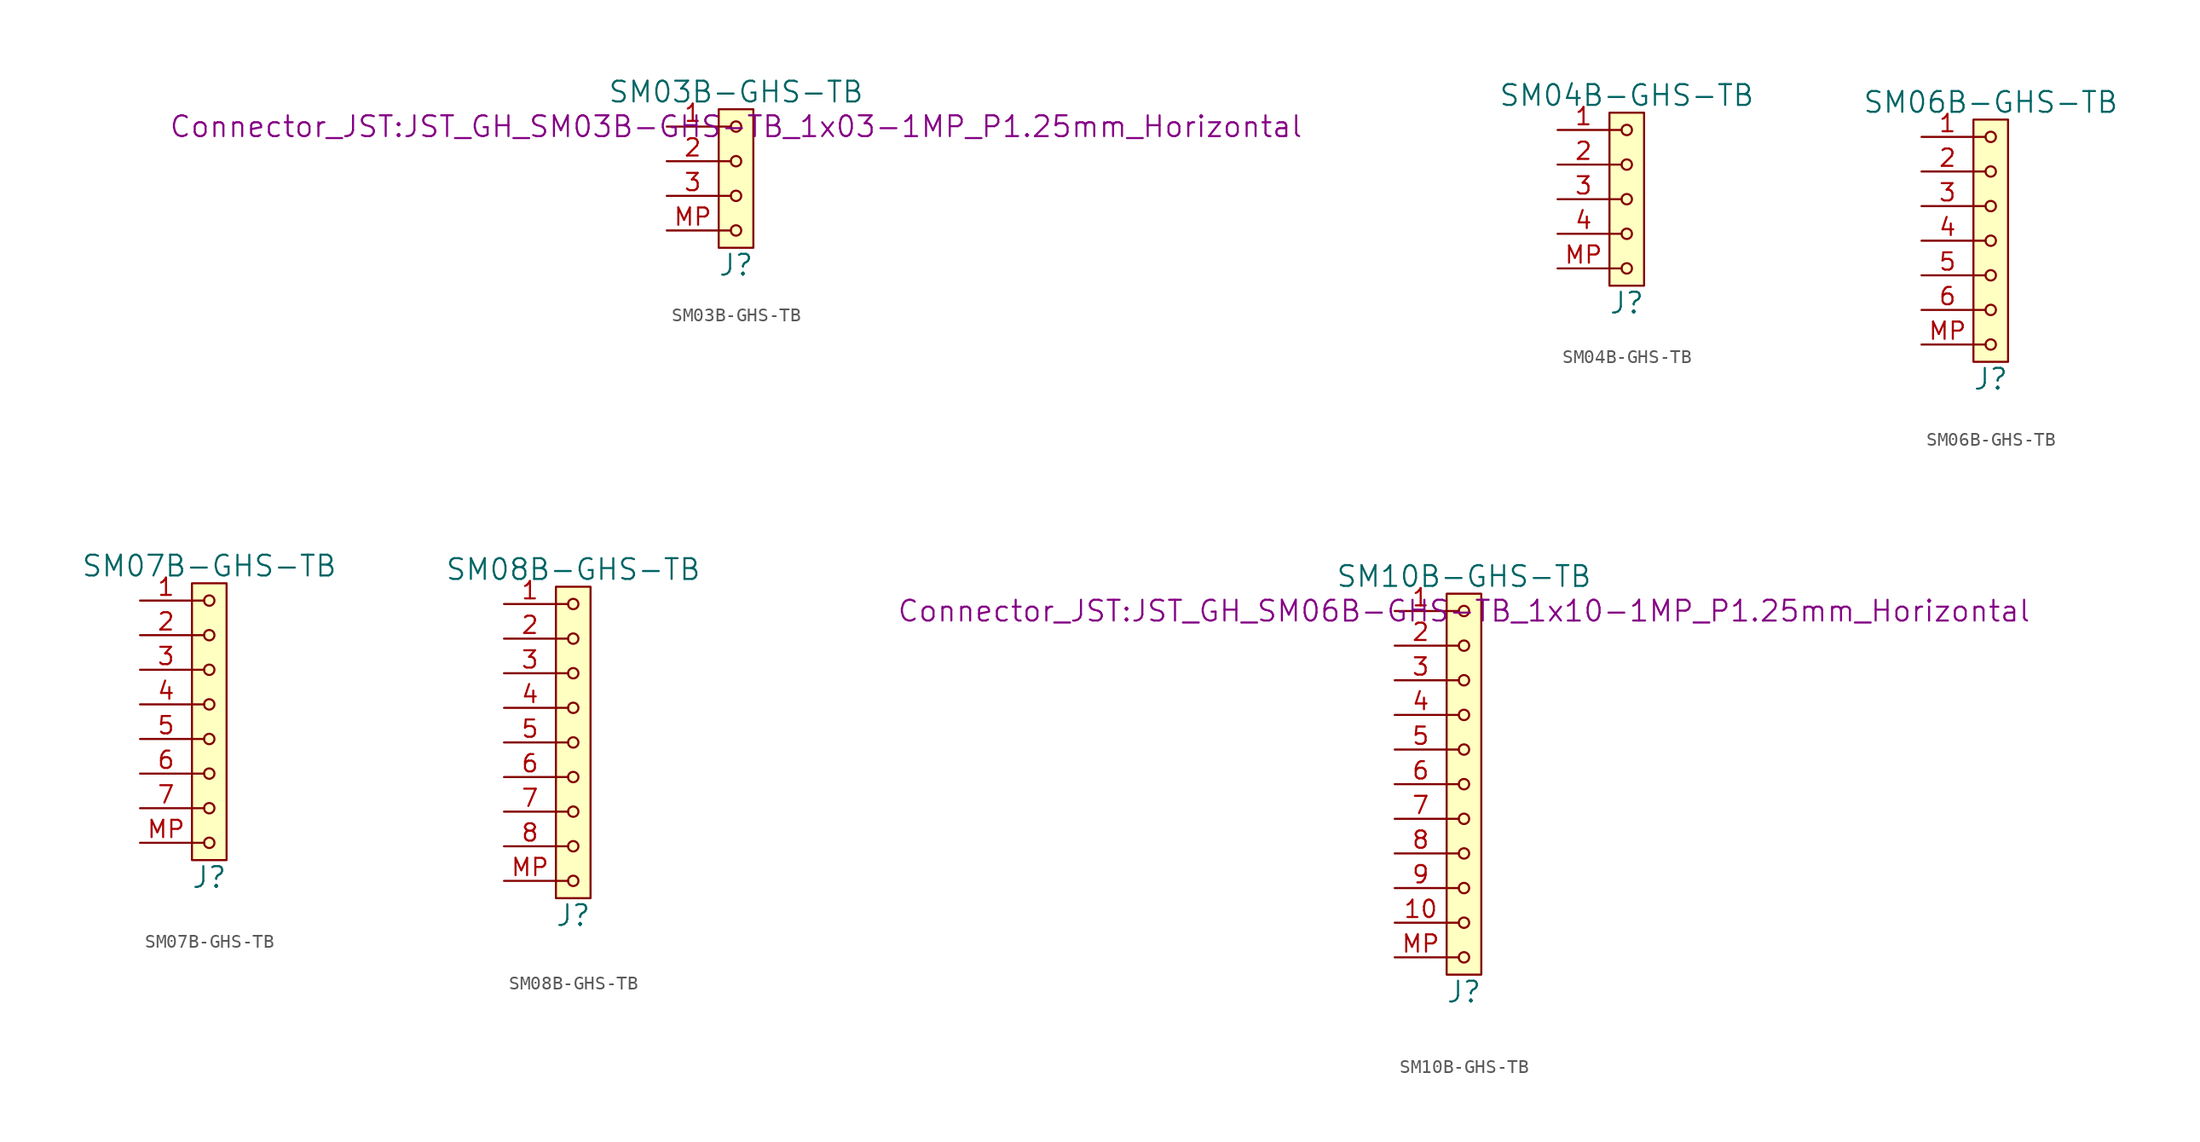
<source format=kicad_sym>
(kicad_symbol_lib
  (version 20201005)
  (generator kicad_symbol_editor)
  (symbol "MLAB_CONNECTORS_JST:SM03B-GHS-TB"
    (pin_names
      (offset 1.016))
    (property "Reference" "J"
      (at 0 -6.35 0)
      (effects (font (size 1.524 1.524))))
    (property "Value" "SM03B-GHS-TB"
      (at 0 6.35 0)
      (effects (font (size 1.524 1.524))))
    (property "Footprint" "Connector_JST:JST_GH_SM03B-GHS-TB_1x03-1MP_P1.25mm_Horizontal"
      (at 0 3.81 0)
      (effects (font (size 1.524 1.524))))
    (property "Datasheet" ""
      (at 0 3.81 0)
      (effects (font (size 1.524 1.524))))
    (symbol "SM03B-GHS-TB_0_1"
      (circle (center 0 -3.81) (radius 0.381) (stroke (width 0)) (fill (type none)))
      (circle (center 0 -1.27) (radius 0.381) (stroke (width 0)) (fill (type none)))
      (circle (center 0 1.27) (radius 0.381) (stroke (width 0)) (fill (type none)))
      (circle (center 0 3.81) (radius 0.381) (stroke (width 0)) (fill (type none)))
      (rectangle (start -1.27 5.08) (end 1.27 -5.08) (stroke (width 0)) (fill (type background)))
      (polyline (pts (xy -1.27 -3.81) (xy -0.381 -3.81)) (stroke (width 0)) (fill (type none)))
      (polyline (pts (xy -1.27 -1.27) (xy -0.381 -1.27)) (stroke (width 0)) (fill (type none)))
      (polyline (pts (xy -1.27 1.27) (xy -0.381 1.27)) (stroke (width 0)) (fill (type none)))
      (polyline (pts (xy -1.27 3.81) (xy -0.381 3.81)) (stroke (width 0)) (fill (type none))))
    (symbol "SM03B-GHS-TB_1_1"
      (pin input line (at -5.08 3.81 0) (length 3.81) (name "~" (effects (font (size 1.27 1.27)))) (number "1" (effects (font (size 1.27 1.27)))))
      (pin input line (at -5.08 1.27 0) (length 3.81) (name "~" (effects (font (size 1.27 1.27)))) (number "2" (effects (font (size 1.27 1.27)))))
      (pin input line (at -5.08 -1.27 0) (length 3.81) (name "~" (effects (font (size 1.27 1.27)))) (number "3" (effects (font (size 1.27 1.27)))))
      (pin input line (at -5.08 -3.81 0) (length 3.81) (name "" (effects (font (size 1.27 1.27)))) (number "MP" (effects (font (size 1.27 1.27)))))))
  (symbol "MLAB_CONNECTORS_JST:SM04B-GHS-TB"
    (pin_names
      (offset 1.016))
    (property "Reference" "J"
      (at 0 -7.62 0)
      (effects (font (size 1.524 1.524))))
    (property "Value" "SM04B-GHS-TB"
      (at 0 7.62 0)
      (effects (font (size 1.524 1.524))))
    (property "Datasheet" ""
      (at 0 5.08 0)
      (effects (font (size 1.524 1.524))))
    (symbol "SM04B-GHS-TB_0_1"
      (circle (center 0 -5.08) (radius 0.381) (stroke (width 0)) (fill (type none)))
      (circle (center 0 -2.54) (radius 0.381) (stroke (width 0)) (fill (type none)))
      (circle (center 0 0) (radius 0.381) (stroke (width 0)) (fill (type none)))
      (circle (center 0 2.54) (radius 0.381) (stroke (width 0)) (fill (type none)))
      (circle (center 0 5.08) (radius 0.381) (stroke (width 0)) (fill (type none)))
      (rectangle (start -1.27 6.35) (end 1.27 -6.35) (stroke (width 0)) (fill (type background)))
      (polyline (pts (xy -1.27 -5.08) (xy -0.381 -5.08)) (stroke (width 0)) (fill (type none)))
      (polyline (pts (xy -1.27 -2.54) (xy -0.381 -2.54)) (stroke (width 0)) (fill (type none)))
      (polyline (pts (xy -1.27 0) (xy -0.381 0)) (stroke (width 0)) (fill (type none)))
      (polyline (pts (xy -1.27 2.54) (xy -0.381 2.54)) (stroke (width 0)) (fill (type none)))
      (polyline (pts (xy -1.27 5.08) (xy -0.381 5.08)) (stroke (width 0)) (fill (type none))))
    (symbol "SM04B-GHS-TB_1_1"
      (pin input line (at -5.08 5.08 0) (length 3.81) (name "~" (effects (font (size 1.27 1.27)))) (number "1" (effects (font (size 1.27 1.27)))))
      (pin input line (at -5.08 2.54 0) (length 3.81) (name "~" (effects (font (size 1.27 1.27)))) (number "2" (effects (font (size 1.27 1.27)))))
      (pin input line (at -5.08 0 0) (length 3.81) (name "~" (effects (font (size 1.27 1.27)))) (number "3" (effects (font (size 1.27 1.27)))))
      (pin input line (at -5.08 -2.54 0) (length 3.81) (name "~" (effects (font (size 1.27 1.27)))) (number "4" (effects (font (size 1.27 1.27)))))
      (pin input line (at -5.08 -5.08 0) (length 3.81) (name "~" (effects (font (size 1.27 1.27)))) (number "MP" (effects (font (size 1.27 1.27)))))))
  (symbol "MLAB_CONNECTORS_JST:SM06B-GHS-TB"
    (pin_names
      (offset 1.016))
    (property "Reference" "J"
      (at 0 -10.16 0)
      (effects (font (size 1.524 1.524))))
    (property "Value" "SM06B-GHS-TB"
      (at 0 10.16 0)
      (effects (font (size 1.524 1.524))))
    (property "Datasheet" ""
      (at 0 7.62 0)
      (effects (font (size 1.524 1.524))))
    (symbol "SM06B-GHS-TB_0_1"
      (circle (center 0 -7.62) (radius 0.381) (stroke (width 0)) (fill (type none)))
      (circle (center 0 -5.08) (radius 0.381) (stroke (width 0)) (fill (type none)))
      (circle (center 0 -2.54) (radius 0.381) (stroke (width 0)) (fill (type none)))
      (circle (center 0 0) (radius 0.381) (stroke (width 0)) (fill (type none)))
      (circle (center 0 2.54) (radius 0.381) (stroke (width 0)) (fill (type none)))
      (circle (center 0 5.08) (radius 0.381) (stroke (width 0)) (fill (type none)))
      (circle (center 0 7.62) (radius 0.381) (stroke (width 0)) (fill (type none)))
      (rectangle (start -1.27 8.89) (end 1.27 -8.89) (stroke (width 0)) (fill (type background)))
      (polyline (pts (xy -1.27 -7.62) (xy -0.381 -7.62)) (stroke (width 0)) (fill (type none)))
      (polyline (pts (xy -1.27 -5.08) (xy -0.381 -5.08)) (stroke (width 0)) (fill (type none)))
      (polyline (pts (xy -1.27 -2.54) (xy -0.381 -2.54)) (stroke (width 0)) (fill (type none)))
      (polyline (pts (xy -1.27 0) (xy -0.381 0)) (stroke (width 0)) (fill (type none)))
      (polyline (pts (xy -1.27 2.54) (xy -0.381 2.54)) (stroke (width 0)) (fill (type none)))
      (polyline (pts (xy -1.27 5.08) (xy -0.381 5.08)) (stroke (width 0)) (fill (type none)))
      (polyline (pts (xy -1.27 7.62) (xy -0.381 7.62)) (stroke (width 0)) (fill (type none))))
    (symbol "SM06B-GHS-TB_1_1"
      (pin input line (at -5.08 7.62 0) (length 3.81) (name "~" (effects (font (size 1.27 1.27)))) (number "1" (effects (font (size 1.27 1.27)))))
      (pin input line (at -5.08 5.08 0) (length 3.81) (name "~" (effects (font (size 1.27 1.27)))) (number "2" (effects (font (size 1.27 1.27)))))
      (pin input line (at -5.08 2.54 0) (length 3.81) (name "~" (effects (font (size 1.27 1.27)))) (number "3" (effects (font (size 1.27 1.27)))))
      (pin input line (at -5.08 0 0) (length 3.81) (name "~" (effects (font (size 1.27 1.27)))) (number "4" (effects (font (size 1.27 1.27)))))
      (pin input line (at -5.08 -2.54 0) (length 3.81) (name "~" (effects (font (size 1.27 1.27)))) (number "5" (effects (font (size 1.27 1.27)))))
      (pin input line (at -5.08 -5.08 0) (length 3.81) (name "~" (effects (font (size 1.27 1.27)))) (number "6" (effects (font (size 1.27 1.27)))))
      (pin input line (at -5.08 -7.62 0) (length 3.81) (name "~" (effects (font (size 1.27 1.27)))) (number "MP" (effects (font (size 1.27 1.27)))))))
  (symbol "MLAB_CONNECTORS_JST:SM07B-GHS-TB"
    (pin_names
      (offset 1.016))
    (property "Reference" "J"
      (at 0 -11.43 0)
      (effects (font (size 1.524 1.524))))
    (property "Value" "SM07B-GHS-TB"
      (at 0 11.43 0)
      (effects (font (size 1.524 1.524))))
    (property "Datasheet" ""
      (at 0 8.89 0)
      (effects (font (size 1.524 1.524))))
    (symbol "SM07B-GHS-TB_0_1"
      (circle (center 0 -8.89) (radius 0.381) (stroke (width 0)) (fill (type none)))
      (circle (center 0 -6.35) (radius 0.381) (stroke (width 0)) (fill (type none)))
      (circle (center 0 -3.81) (radius 0.381) (stroke (width 0)) (fill (type none)))
      (circle (center 0 -1.27) (radius 0.381) (stroke (width 0)) (fill (type none)))
      (circle (center 0 1.27) (radius 0.381) (stroke (width 0)) (fill (type none)))
      (circle (center 0 3.81) (radius 0.381) (stroke (width 0)) (fill (type none)))
      (circle (center 0 6.35) (radius 0.381) (stroke (width 0)) (fill (type none)))
      (circle (center 0 8.89) (radius 0.381) (stroke (width 0)) (fill (type none)))
      (rectangle (start -1.27 10.16) (end 1.27 -10.16) (stroke (width 0)) (fill (type background)))
      (polyline (pts (xy -1.27 -8.89) (xy -0.381 -8.89)) (stroke (width 0)) (fill (type none)))
      (polyline (pts (xy -1.27 -6.35) (xy -0.381 -6.35)) (stroke (width 0)) (fill (type none)))
      (polyline (pts (xy -1.27 -3.81) (xy -0.381 -3.81)) (stroke (width 0)) (fill (type none)))
      (polyline (pts (xy -1.27 -1.27) (xy -0.381 -1.27)) (stroke (width 0)) (fill (type none)))
      (polyline (pts (xy -1.27 1.27) (xy -0.381 1.27)) (stroke (width 0)) (fill (type none)))
      (polyline (pts (xy -1.27 3.81) (xy -0.381 3.81)) (stroke (width 0)) (fill (type none)))
      (polyline (pts (xy -1.27 6.35) (xy -0.381 6.35)) (stroke (width 0)) (fill (type none)))
      (polyline (pts (xy -1.27 8.89) (xy -0.381 8.89)) (stroke (width 0)) (fill (type none))))
    (symbol "SM07B-GHS-TB_1_1"
      (pin input line (at -5.08 8.89 0) (length 3.81) (name "~" (effects (font (size 1.27 1.27)))) (number "1" (effects (font (size 1.27 1.27)))))
      (pin input line (at -5.08 6.35 0) (length 3.81) (name "~" (effects (font (size 1.27 1.27)))) (number "2" (effects (font (size 1.27 1.27)))))
      (pin input line (at -5.08 3.81 0) (length 3.81) (name "~" (effects (font (size 1.27 1.27)))) (number "3" (effects (font (size 1.27 1.27)))))
      (pin input line (at -5.08 1.27 0) (length 3.81) (name "~" (effects (font (size 1.27 1.27)))) (number "4" (effects (font (size 1.27 1.27)))))
      (pin input line (at -5.08 -1.27 0) (length 3.81) (name "~" (effects (font (size 1.27 1.27)))) (number "5" (effects (font (size 1.27 1.27)))))
      (pin input line (at -5.08 -3.81 0) (length 3.81) (name "~" (effects (font (size 1.27 1.27)))) (number "6" (effects (font (size 1.27 1.27)))))
      (pin input line (at -5.08 -6.35 0) (length 3.81) (name "~" (effects (font (size 1.27 1.27)))) (number "7" (effects (font (size 1.27 1.27)))))
      (pin input line (at -5.08 -8.89 0) (length 3.81) (name "~" (effects (font (size 1.27 1.27)))) (number "MP" (effects (font (size 1.27 1.27)))))))
  (symbol "MLAB_CONNECTORS_JST:SM08B-GHS-TB"
    (pin_names
      (offset 1.016))
    (property "Reference" "J"
      (at 0 -12.7 0)
      (effects (font (size 1.524 1.524))))
    (property "Value" "SM08B-GHS-TB"
      (at 0 12.7 0)
      (effects (font (size 1.524 1.524))))
    (property "Datasheet" ""
      (at 0 10.16 0)
      (effects (font (size 1.524 1.524))))
    (symbol "SM08B-GHS-TB_0_1"
      (circle (center 0 -10.16) (radius 0.381) (stroke (width 0)) (fill (type none)))
      (circle (center 0 -7.62) (radius 0.381) (stroke (width 0)) (fill (type none)))
      (circle (center 0 -5.08) (radius 0.381) (stroke (width 0)) (fill (type none)))
      (circle (center 0 -2.54) (radius 0.381) (stroke (width 0)) (fill (type none)))
      (circle (center 0 0) (radius 0.381) (stroke (width 0)) (fill (type none)))
      (circle (center 0 2.54) (radius 0.381) (stroke (width 0)) (fill (type none)))
      (circle (center 0 5.08) (radius 0.381) (stroke (width 0)) (fill (type none)))
      (circle (center 0 7.62) (radius 0.381) (stroke (width 0)) (fill (type none)))
      (circle (center 0 10.16) (radius 0.381) (stroke (width 0)) (fill (type none)))
      (rectangle (start -1.27 11.43) (end 1.27 -11.43) (stroke (width 0)) (fill (type background)))
      (polyline (pts (xy -1.27 -10.16) (xy -0.381 -10.16)) (stroke (width 0)) (fill (type none)))
      (polyline (pts (xy -1.27 -7.62) (xy -0.381 -7.62)) (stroke (width 0)) (fill (type none)))
      (polyline (pts (xy -1.27 -5.08) (xy -0.381 -5.08)) (stroke (width 0)) (fill (type none)))
      (polyline (pts (xy -1.27 -2.54) (xy -0.381 -2.54)) (stroke (width 0)) (fill (type none)))
      (polyline (pts (xy -1.27 0) (xy -0.381 0)) (stroke (width 0)) (fill (type none)))
      (polyline (pts (xy -1.27 2.54) (xy -0.381 2.54)) (stroke (width 0)) (fill (type none)))
      (polyline (pts (xy -1.27 5.08) (xy -0.381 5.08)) (stroke (width 0)) (fill (type none)))
      (polyline (pts (xy -1.27 7.62) (xy -0.381 7.62)) (stroke (width 0)) (fill (type none)))
      (polyline (pts (xy -1.27 10.16) (xy -0.381 10.16)) (stroke (width 0)) (fill (type none))))
    (symbol "SM08B-GHS-TB_1_1"
      (pin input line (at -5.08 10.16 0) (length 3.81) (name "~" (effects (font (size 1.27 1.27)))) (number "1" (effects (font (size 1.27 1.27)))))
      (pin input line (at -5.08 7.62 0) (length 3.81) (name "~" (effects (font (size 1.27 1.27)))) (number "2" (effects (font (size 1.27 1.27)))))
      (pin input line (at -5.08 5.08 0) (length 3.81) (name "~" (effects (font (size 1.27 1.27)))) (number "3" (effects (font (size 1.27 1.27)))))
      (pin input line (at -5.08 2.54 0) (length 3.81) (name "~" (effects (font (size 1.27 1.27)))) (number "4" (effects (font (size 1.27 1.27)))))
      (pin input line (at -5.08 0 0) (length 3.81) (name "~" (effects (font (size 1.27 1.27)))) (number "5" (effects (font (size 1.27 1.27)))))
      (pin input line (at -5.08 -2.54 0) (length 3.81) (name "~" (effects (font (size 1.27 1.27)))) (number "6" (effects (font (size 1.27 1.27)))))
      (pin input line (at -5.08 -5.08 0) (length 3.81) (name "~" (effects (font (size 1.27 1.27)))) (number "7" (effects (font (size 1.27 1.27)))))
      (pin input line (at -5.08 -7.62 0) (length 3.81) (name "~" (effects (font (size 1.27 1.27)))) (number "8" (effects (font (size 1.27 1.27)))))
      (pin input line (at -5.08 -10.16 0) (length 3.81) (name "~" (effects (font (size 1.27 1.27)))) (number "MP" (effects (font (size 1.27 1.27)))))))
  (symbol "MLAB_CONNECTORS_JST:SM10B-GHS-TB"
    (pin_names
      (offset 1.016))
    (property "Reference" "J"
      (at 0 -15.24 0)
      (effects (font (size 1.524 1.524))))
    (property "Value" "SM10B-GHS-TB"
      (at 0 15.24 0)
      (effects (font (size 1.524 1.524))))
    (property "Footprint" "Connector_JST:JST_GH_SM06B-GHS-TB_1x10-1MP_P1.25mm_Horizontal"
      (at 0 12.7 0)
      (effects (font (size 1.524 1.524))))
    (property "Datasheet" ""
      (at 0 12.7 0)
      (effects (font (size 1.524 1.524))))
    (symbol "SM10B-GHS-TB_0_1"
      (circle (center 0 -12.7) (radius 0.381) (stroke (width 0)) (fill (type none)))
      (circle (center 0 -10.16) (radius 0.381) (stroke (width 0)) (fill (type none)))
      (circle (center 0 -7.62) (radius 0.381) (stroke (width 0)) (fill (type none)))
      (circle (center 0 -5.08) (radius 0.381) (stroke (width 0)) (fill (type none)))
      (circle (center 0 -2.54) (radius 0.381) (stroke (width 0)) (fill (type none)))
      (circle (center 0 0) (radius 0.381) (stroke (width 0)) (fill (type none)))
      (circle (center 0 2.54) (radius 0.381) (stroke (width 0)) (fill (type none)))
      (circle (center 0 5.08) (radius 0.381) (stroke (width 0)) (fill (type none)))
      (circle (center 0 7.62) (radius 0.381) (stroke (width 0)) (fill (type none)))
      (circle (center 0 10.16) (radius 0.381) (stroke (width 0)) (fill (type none)))
      (circle (center 0 12.7) (radius 0.381) (stroke (width 0)) (fill (type none)))
      (rectangle (start -1.27 13.97) (end 1.27 -13.97) (stroke (width 0)) (fill (type background)))
      (polyline (pts (xy -1.27 -12.7) (xy -0.381 -12.7)) (stroke (width 0)) (fill (type none)))
      (polyline (pts (xy -1.27 -10.16) (xy -0.381 -10.16)) (stroke (width 0)) (fill (type none)))
      (polyline (pts (xy -1.27 -7.62) (xy -0.381 -7.62)) (stroke (width 0)) (fill (type none)))
      (polyline (pts (xy -1.27 -5.08) (xy -0.381 -5.08)) (stroke (width 0)) (fill (type none)))
      (polyline (pts (xy -1.27 -2.54) (xy -0.381 -2.54)) (stroke (width 0)) (fill (type none)))
      (polyline (pts (xy -1.27 0) (xy -0.381 0)) (stroke (width 0)) (fill (type none)))
      (polyline (pts (xy -1.27 2.54) (xy -0.381 2.54)) (stroke (width 0)) (fill (type none)))
      (polyline (pts (xy -1.27 5.08) (xy -0.381 5.08)) (stroke (width 0)) (fill (type none)))
      (polyline (pts (xy -1.27 7.62) (xy -0.381 7.62)) (stroke (width 0)) (fill (type none)))
      (polyline (pts (xy -1.27 10.16) (xy -0.381 10.16)) (stroke (width 0)) (fill (type none)))
      (polyline (pts (xy -1.27 12.7) (xy -0.381 12.7)) (stroke (width 0)) (fill (type none))))
    (symbol "SM10B-GHS-TB_1_1"
      (pin input line (at -5.08 12.7 0) (length 3.81) (name "~" (effects (font (size 1.27 1.27)))) (number "1" (effects (font (size 1.27 1.27)))))
      (pin input line (at -5.08 -10.16 0) (length 3.81) (name "~" (effects (font (size 1.27 1.27)))) (number "10" (effects (font (size 1.27 1.27)))))
      (pin input line (at -5.08 10.16 0) (length 3.81) (name "~" (effects (font (size 1.27 1.27)))) (number "2" (effects (font (size 1.27 1.27)))))
      (pin input line (at -5.08 7.62 0) (length 3.81) (name "~" (effects (font (size 1.27 1.27)))) (number "3" (effects (font (size 1.27 1.27)))))
      (pin input line (at -5.08 5.08 0) (length 3.81) (name "~" (effects (font (size 1.27 1.27)))) (number "4" (effects (font (size 1.27 1.27)))))
      (pin input line (at -5.08 2.54 0) (length 3.81) (name "~" (effects (font (size 1.27 1.27)))) (number "5" (effects (font (size 1.27 1.27)))))
      (pin input line (at -5.08 0 0) (length 3.81) (name "~" (effects (font (size 1.27 1.27)))) (number "6" (effects (font (size 1.27 1.27)))))
      (pin input line (at -5.08 -2.54 0) (length 3.81) (name "~" (effects (font (size 1.27 1.27)))) (number "7" (effects (font (size 1.27 1.27)))))
      (pin input line (at -5.08 -5.08 0) (length 3.81) (name "~" (effects (font (size 1.27 1.27)))) (number "8" (effects (font (size 1.27 1.27)))))
      (pin input line (at -5.08 -7.62 0) (length 3.81) (name "~" (effects (font (size 1.27 1.27)))) (number "9" (effects (font (size 1.27 1.27)))))
      (pin input line (at -5.08 -12.7 0) (length 3.81) (name "~" (effects (font (size 1.27 1.27)))) (number "MP" (effects (font (size 1.27 1.27))))))))
</source>
